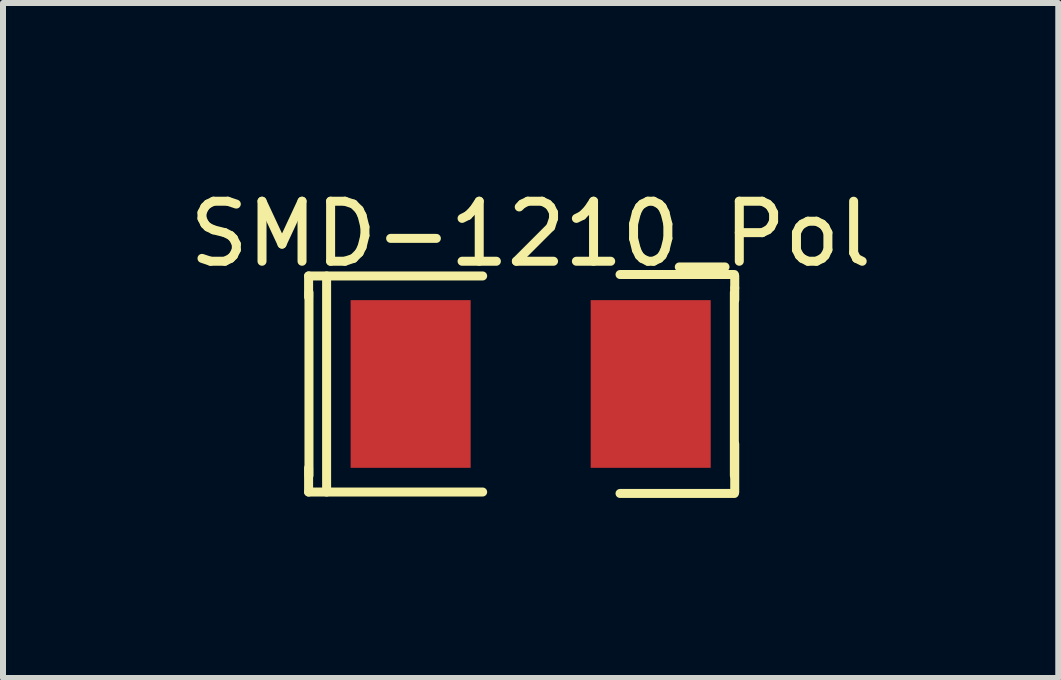
<source format=kicad_pcb>
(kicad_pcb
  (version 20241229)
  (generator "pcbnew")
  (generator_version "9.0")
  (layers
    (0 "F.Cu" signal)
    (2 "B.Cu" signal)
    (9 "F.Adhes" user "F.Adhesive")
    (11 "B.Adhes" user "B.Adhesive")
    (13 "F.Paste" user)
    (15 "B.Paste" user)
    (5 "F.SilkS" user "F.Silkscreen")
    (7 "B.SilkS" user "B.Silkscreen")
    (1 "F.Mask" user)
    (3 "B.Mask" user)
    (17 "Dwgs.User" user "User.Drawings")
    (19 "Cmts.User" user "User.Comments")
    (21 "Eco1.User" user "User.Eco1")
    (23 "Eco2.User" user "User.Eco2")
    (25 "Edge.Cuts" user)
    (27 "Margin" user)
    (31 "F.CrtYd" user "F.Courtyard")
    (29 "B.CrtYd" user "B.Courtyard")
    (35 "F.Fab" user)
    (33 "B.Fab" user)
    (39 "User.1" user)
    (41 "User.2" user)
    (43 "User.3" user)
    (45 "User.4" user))
  (footprint "SMD-1210_Pol"
    (layer "F.Cu")
    (at 5.792 3.348)
    (property "Reference" "SMD-1210_Pol" (at 0 -2.5 0) (layer "F.SilkS") (effects (font (size 1 1) (thickness 0.15))))
    (attr smd)
    (fp_line (start -3.7 -1.8) (end -3.7 -1.45) (stroke (width 0.15) (type solid)) (layer "F.SilkS"))
    (fp_line (start -3.7 -1.8) (end -0.8 -1.8) (stroke (width 0.15) (type solid)) (layer "F.SilkS"))
    (fp_line (start -3.7 1.8) (end -3.7 1.4) (stroke (width 0.15) (type solid)) (layer "F.SilkS"))
    (fp_line (start -3.7 1.8) (end -0.8 1.8) (stroke (width 0.15) (type solid)) (layer "F.SilkS"))
    (fp_line (start -3.694 -1.524) (end -3.694 1.524) (stroke (width 0.15) (type solid)) (layer "F.SilkS"))
    (fp_line (start -3.4 -1.8) (end -3.4 1.8) (stroke (width 0.15) (type solid)) (layer "F.SilkS"))
    (fp_line (start 1.489 1.824) (end 3.394 1.824) (stroke (width 0.15) (type solid)) (layer "F.SilkS"))
    (fp_line (start 3.394 -1.824) (end 1.489 -1.824) (stroke (width 0.15) (type solid)) (layer "F.SilkS"))
    (fp_line (start 3.394 1.524) (end 3.394 -1.524) (stroke (width 0.15) (type solid)) (layer "F.SilkS"))
    (fp_line (start 3.4 -1.6) (end 3.4 -1.8) (stroke (width 0.15) (type solid)) (layer "F.SilkS"))
    (fp_line (start 3.4 -1.4) (end 3.4 -1.6) (stroke (width 0.15) (type solid)) (layer "F.SilkS"))
    (fp_line (start 3.4 1.8) (end 3.4 1) (stroke (width 0.15) (type solid)) (layer "F.SilkS"))
    (pad "1" smd rect (at -2 0) (size 2 2.794) (layers "F.Cu" "F.Mask" "F.Paste"))
    (pad "2" smd rect (at 2 0) (size 2 2.794) (layers "F.Cu" "F.Mask" "F.Paste")))
  (gr_rect
    (start -3 -3)
    (end 14.583 8.247)
    (stroke (width 0.1) (type default))
    (fill no)
    (layer "Edge.Cuts")))
</source>
